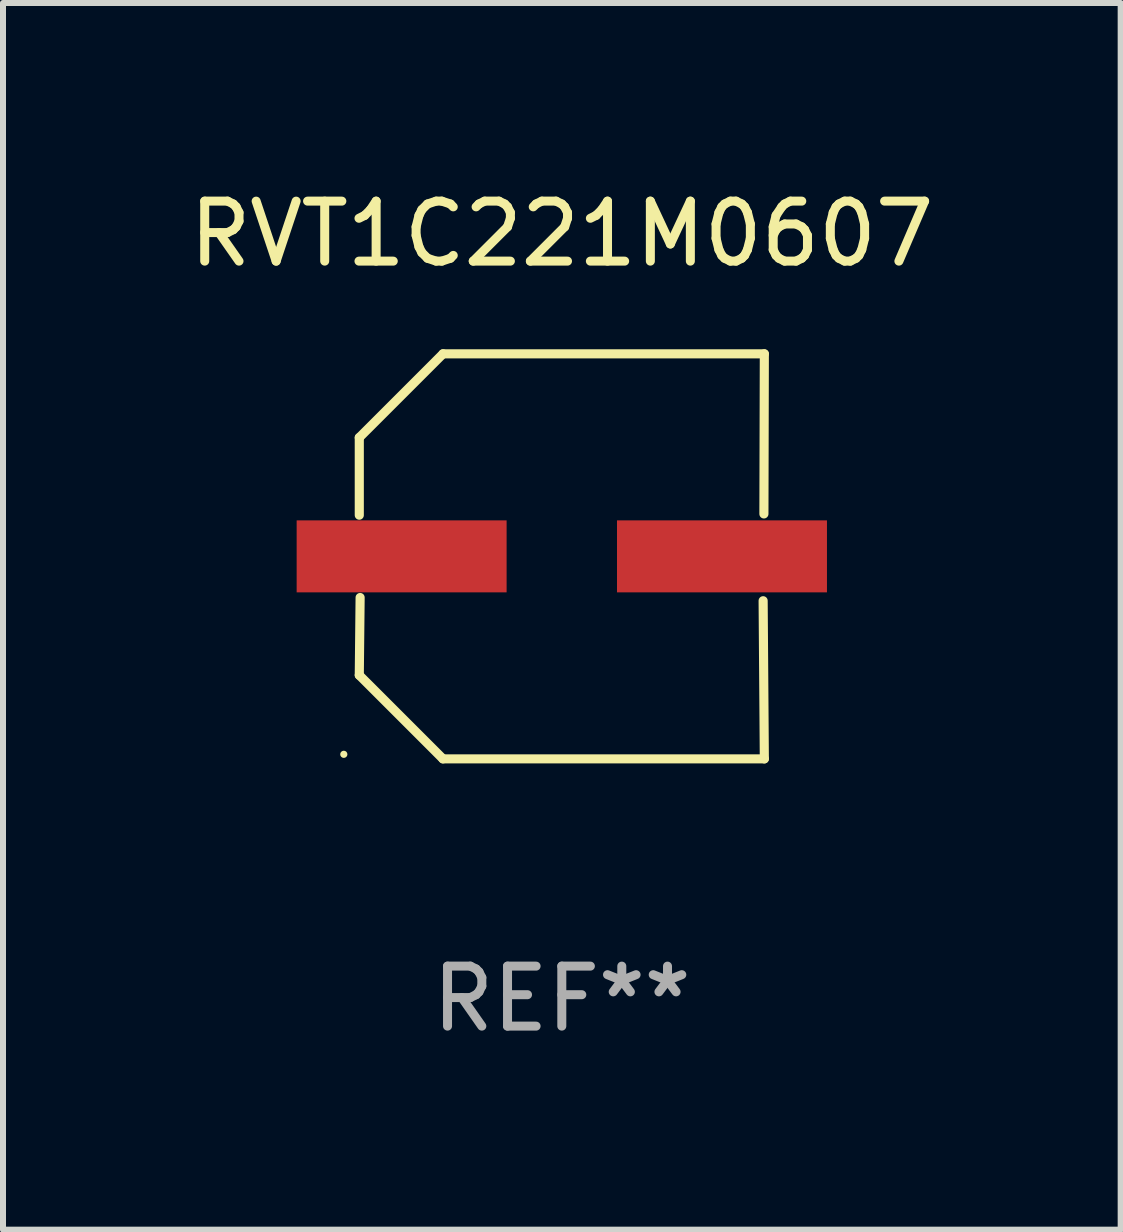
<source format=kicad_pcb>
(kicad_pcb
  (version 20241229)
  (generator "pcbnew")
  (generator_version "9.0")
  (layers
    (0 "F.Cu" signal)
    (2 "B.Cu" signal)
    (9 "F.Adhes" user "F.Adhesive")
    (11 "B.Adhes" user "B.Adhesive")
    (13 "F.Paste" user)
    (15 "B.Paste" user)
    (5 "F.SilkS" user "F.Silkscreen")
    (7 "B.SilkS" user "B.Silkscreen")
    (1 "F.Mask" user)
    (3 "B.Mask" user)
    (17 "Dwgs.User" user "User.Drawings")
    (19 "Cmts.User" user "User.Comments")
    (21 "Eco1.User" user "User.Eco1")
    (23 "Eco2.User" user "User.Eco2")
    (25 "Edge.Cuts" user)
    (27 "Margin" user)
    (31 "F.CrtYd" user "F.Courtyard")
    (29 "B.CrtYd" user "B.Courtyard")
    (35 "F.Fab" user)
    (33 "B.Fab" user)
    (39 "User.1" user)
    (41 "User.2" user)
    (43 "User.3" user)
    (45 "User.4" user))
  (footprint "RVT1C221M0607"
    (layer "F.Cu")
    (at 6.315 6.224)
    (property "Reference" "RVT1C221M0607" (at 0 -5.376 0) (layer "F.SilkS") (effects (font (size 1 1) (thickness 0.15))))
    (attr through_hole)
    (fp_line (start -3.376 -1.98) (end -3.376 -0.686) (stroke (width 0.152) (type solid)) (layer "F.SilkS"))
    (fp_line (start -3.376 1.981) (end -3.362 0.686) (stroke (width 0.152) (type solid)) (layer "F.SilkS"))
    (fp_line (start -1.981 3.376) (end -3.376 1.981) (stroke (width 0.152) (type solid)) (layer "F.SilkS"))
    (fp_line (start -1.98 -3.376) (end -3.376 -1.98) (stroke (width 0.152) (type solid)) (layer "F.SilkS"))
    (fp_line (start 3.356 0.74) (end 3.376 3.376) (stroke (width 0.152) (type solid)) (layer "F.SilkS"))
    (fp_line (start 3.369 -0.707) (end 3.376 -3.376) (stroke (width 0.152) (type solid)) (layer "F.SilkS"))
    (fp_line (start 3.376 3.376) (end -1.981 3.376) (stroke (width 0.152) (type solid)) (layer "F.SilkS"))
    (fp_line (start 3.376 -3.376) (end -1.98 -3.376) (stroke (width 0.152) (type solid)) (layer "F.SilkS"))
    (fp_circle (center -3.634 3.3) (end -3.604 3.3) (stroke (width 0.06) (type solid)) (fill no) (layer "F.SilkS"))
    (fp_text user "REF**" (at 0 7.376 0) (layer "F.Fab") (effects (font (size 1 1) (thickness 0.15))))
    (pad "1" smd rect (at -2.67 0.000254) (size 3.5 1.2) (layers "F.Cu" "F.Mask" "F.Paste"))
    (pad "2" smd rect (at 2.67 0.000254) (size 3.5 1.2) (layers "F.Cu" "F.Mask" "F.Paste")))
  (gr_rect
    (start -3 -3)
    (end 15.631 17.448)
    (stroke (width 0.1) (type default))
    (fill no)
    (layer "Edge.Cuts")))
</source>
